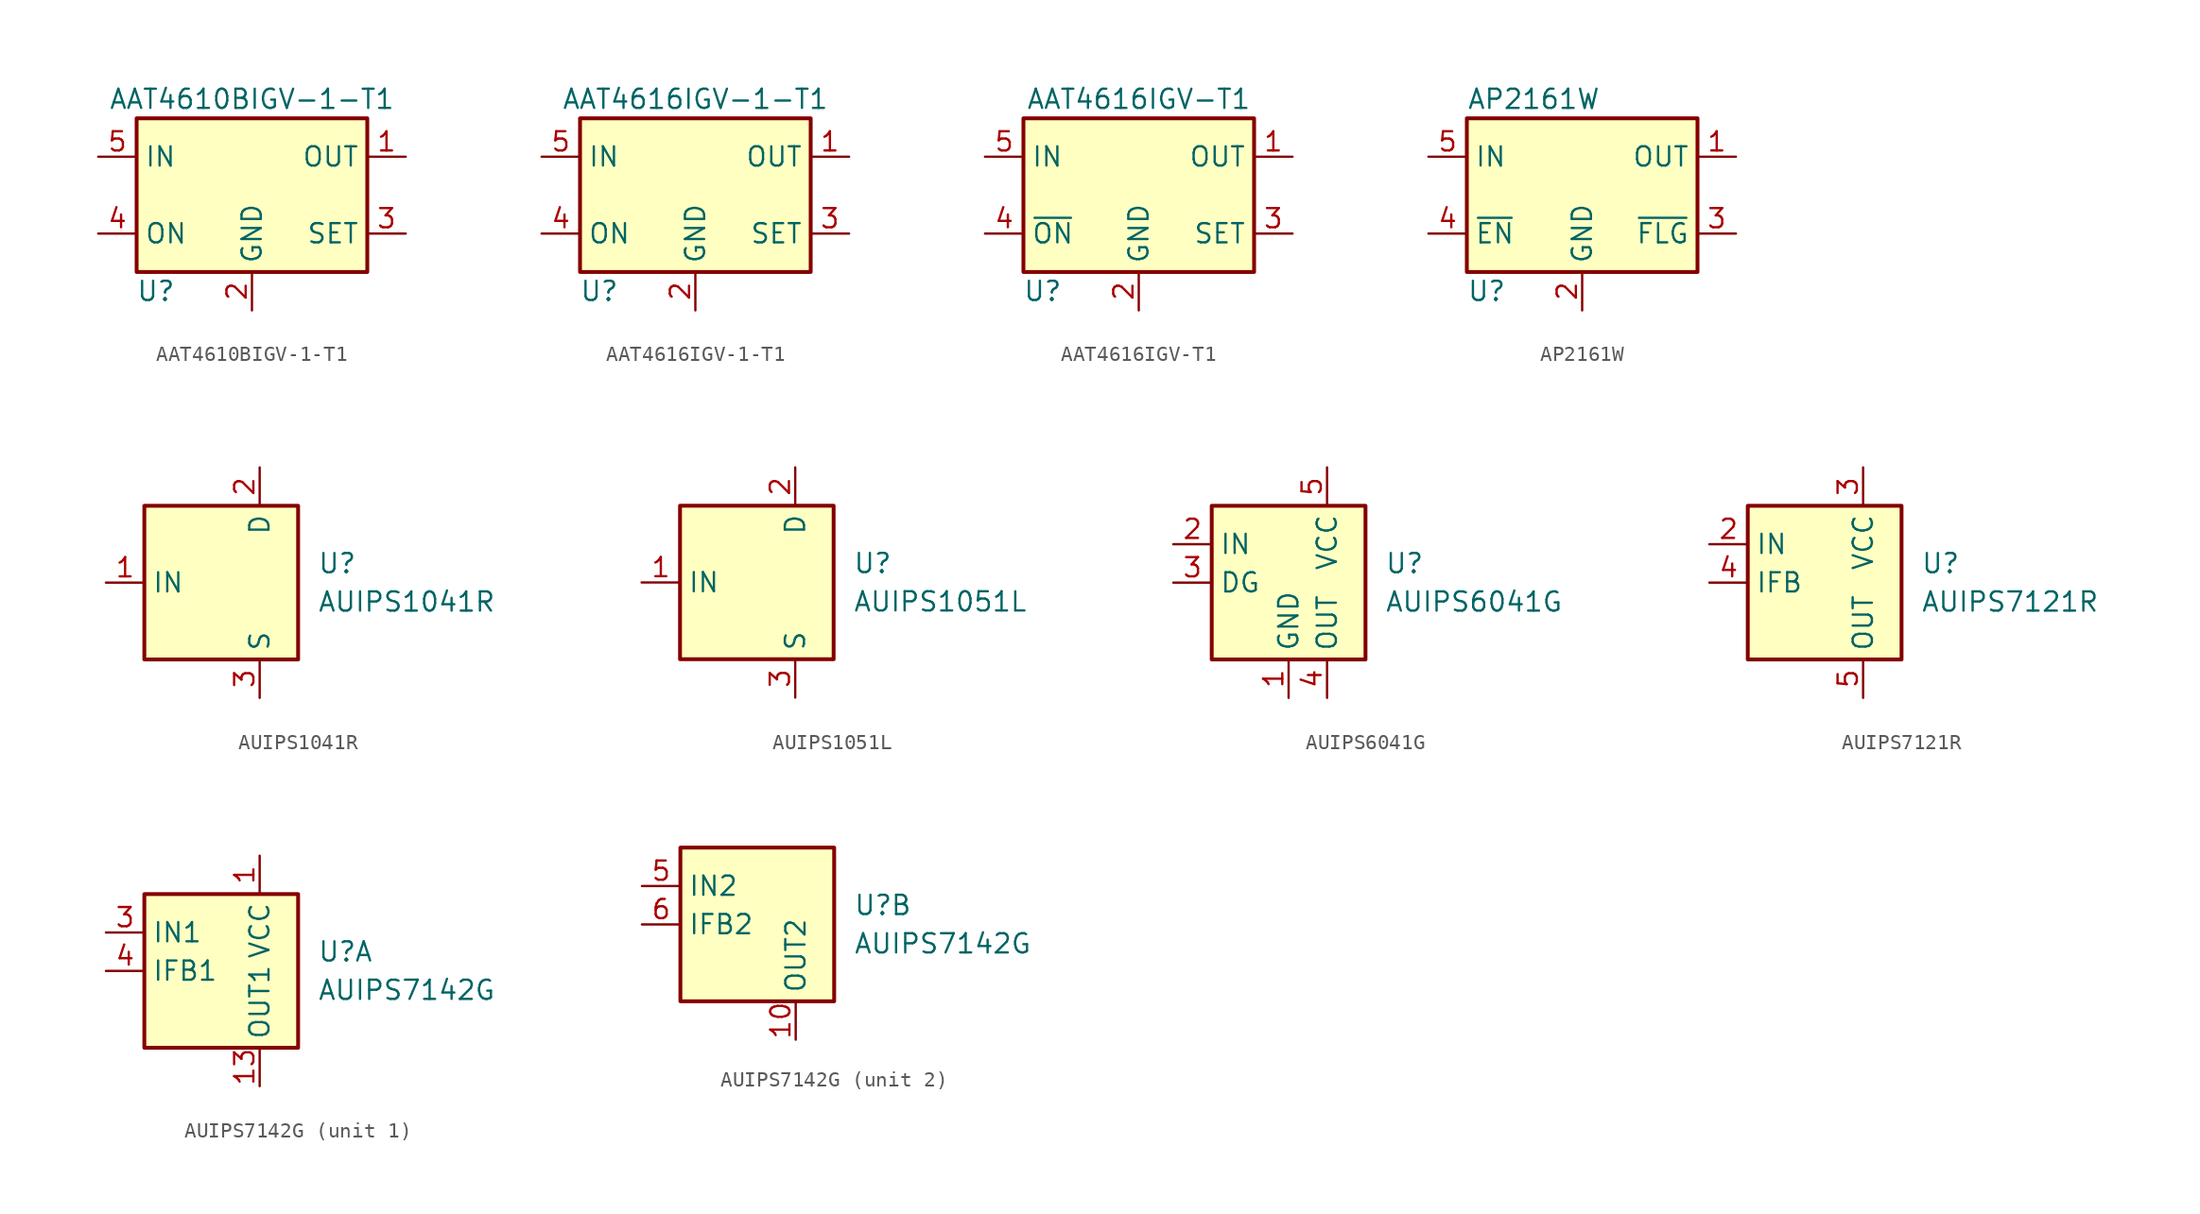
<source format=kicad_sym>
(kicad_symbol_lib
  (version 20231120)
  (generator "kicad_symbol_editor")
  (generator_version "8.0")
  (symbol "AAT4610BIGV-1-T1"
    (property "Reference" "U"
      (at -6.35 -6.35 0)
      (effects (font (size 1.27 1.27))))
    (property "Value" "AAT4610BIGV-1-T1"
      (at 0 6.35 0)
      (effects (font (size 1.27 1.27))))
    (symbol "AAT4610BIGV-1-T1_0_1"
      (rectangle (start -7.62 5.08) (end 7.62 -5.08) (stroke (width 0.254) (type default)) (fill (type background))))
    (symbol "AAT4610BIGV-1-T1_1_1"
      (pin power_out line (at 10.16 2.54 180) (length 2.54) (name "OUT" (effects (font (size 1.27 1.27)))) (number "1" (effects (font (size 1.27 1.27)))))
      (pin power_in line (at 0 -7.62 90) (length 2.54) (name "GND" (effects (font (size 1.27 1.27)))) (number "2" (effects (font (size 1.27 1.27)))))
      (pin passive line (at 10.16 -2.54 180) (length 2.54) (name "SET" (effects (font (size 1.27 1.27)))) (number "3" (effects (font (size 1.27 1.27)))))
      (pin input line (at -10.16 -2.54 0) (length 2.54) (name "ON" (effects (font (size 1.27 1.27)))) (number "4" (effects (font (size 1.27 1.27)))))
      (pin power_in line (at -10.16 2.54 0) (length 2.54) (name "IN" (effects (font (size 1.27 1.27)))) (number "5" (effects (font (size 1.27 1.27)))))))
  (symbol "AAT4616IGV-1-T1"
    (property "Reference" "U"
      (at -6.35 -6.35 0)
      (effects (font (size 1.27 1.27))))
    (property "Value" "AAT4616IGV-1-T1"
      (at 0 6.35 0)
      (effects (font (size 1.27 1.27))))
    (symbol "AAT4616IGV-1-T1_0_1"
      (rectangle (start -7.62 5.08) (end 7.62 -5.08) (stroke (width 0.254) (type default)) (fill (type background))))
    (symbol "AAT4616IGV-1-T1_1_1"
      (pin power_out line (at 10.16 2.54 180) (length 2.54) (name "OUT" (effects (font (size 1.27 1.27)))) (number "1" (effects (font (size 1.27 1.27)))))
      (pin power_in line (at 0 -7.62 90) (length 2.54) (name "GND" (effects (font (size 1.27 1.27)))) (number "2" (effects (font (size 1.27 1.27)))))
      (pin passive line (at 10.16 -2.54 180) (length 2.54) (name "SET" (effects (font (size 1.27 1.27)))) (number "3" (effects (font (size 1.27 1.27)))))
      (pin input line (at -10.16 -2.54 0) (length 2.54) (name "ON" (effects (font (size 1.27 1.27)))) (number "4" (effects (font (size 1.27 1.27)))))
      (pin power_in line (at -10.16 2.54 0) (length 2.54) (name "IN" (effects (font (size 1.27 1.27)))) (number "5" (effects (font (size 1.27 1.27)))))))
  (symbol "AAT4616IGV-T1"
    (property "Reference" "U"
      (at -6.35 -6.35 0)
      (effects (font (size 1.27 1.27))))
    (property "Value" "AAT4616IGV-T1"
      (at 0 6.35 0)
      (effects (font (size 1.27 1.27))))
    (symbol "AAT4616IGV-T1_0_1"
      (rectangle (start -7.62 5.08) (end 7.62 -5.08) (stroke (width 0.254) (type default)) (fill (type background))))
    (symbol "AAT4616IGV-T1_1_1"
      (pin power_out line (at 10.16 2.54 180) (length 2.54) (name "OUT" (effects (font (size 1.27 1.27)))) (number "1" (effects (font (size 1.27 1.27)))))
      (pin power_in line (at 0 -7.62 90) (length 2.54) (name "GND" (effects (font (size 1.27 1.27)))) (number "2" (effects (font (size 1.27 1.27)))))
      (pin passive line (at 10.16 -2.54 180) (length 2.54) (name "SET" (effects (font (size 1.27 1.27)))) (number "3" (effects (font (size 1.27 1.27)))))
      (pin input line (at -10.16 -2.54 0) (length 2.54) (name "~{ON}" (effects (font (size 1.27 1.27)))) (number "4" (effects (font (size 1.27 1.27)))))
      (pin power_in line (at -10.16 2.54 0) (length 2.54) (name "IN" (effects (font (size 1.27 1.27)))) (number "5" (effects (font (size 1.27 1.27)))))))
  (symbol "AP2161W"
    (property "Reference" "U"
      (at -7.62 -6.35 0)
      (effects (font (size 1.27 1.27)) (justify left)))
    (property "Value" "AP2161W"
      (at -7.62 6.35 0)
      (effects (font (size 1.27 1.27)) (justify left)))
    (symbol "AP2161W_0_1"
      (rectangle (start -7.62 5.08) (end 7.62 -5.08) (stroke (width 0.254) (type default)) (fill (type background))))
    (symbol "AP2161W_1_1"
      (pin power_out line (at 10.16 2.54 180) (length 2.54) (name "OUT" (effects (font (size 1.27 1.27)))) (number "1" (effects (font (size 1.27 1.27)))))
      (pin power_in line (at 0 -7.62 90) (length 2.54) (name "GND" (effects (font (size 1.27 1.27)))) (number "2" (effects (font (size 1.27 1.27)))))
      (pin open_collector line (at 10.16 -2.54 180) (length 2.54) (name "~{FLG}" (effects (font (size 1.27 1.27)))) (number "3" (effects (font (size 1.27 1.27)))))
      (pin input line (at -10.16 -2.54 0) (length 2.54) (name "~{EN}" (effects (font (size 1.27 1.27)))) (number "4" (effects (font (size 1.27 1.27)))))
      (pin power_in line (at -10.16 2.54 0) (length 2.54) (name "IN" (effects (font (size 1.27 1.27)))) (number "5" (effects (font (size 1.27 1.27)))))))
  (symbol "AUIPS1041R"
    (property "Reference" "U"
      (at 3.81 1.27 0)
      (effects (font (size 1.27 1.27)) (justify left)))
    (property "Value" "AUIPS1041R"
      (at 3.81 -1.27 0)
      (effects (font (size 1.27 1.27)) (justify left)))
    (symbol "AUIPS1041R_0_1"
      (rectangle (start -7.62 5.08) (end 2.54 -5.08) (stroke (width 0.254) (type default)) (fill (type background))))
    (symbol "AUIPS1041R_1_1"
      (pin input line (at -10.16 0 0) (length 2.54) (name "IN" (effects (font (size 1.27 1.27)))) (number "1" (effects (font (size 1.27 1.27)))))
      (pin passive line (at 0 7.62 270) (length 2.54) (name "D" (effects (font (size 1.27 1.27)))) (number "2" (effects (font (size 1.27 1.27)))))
      (pin power_in line (at 0 -7.62 90) (length 2.54) (name "S" (effects (font (size 1.27 1.27)))) (number "3" (effects (font (size 1.27 1.27)))))))
  (symbol "AUIPS1051L"
    (property "Reference" "U"
      (at 3.81 1.27 0)
      (effects (font (size 1.27 1.27)) (justify left)))
    (property "Value" "AUIPS1051L"
      (at 3.81 -1.27 0)
      (effects (font (size 1.27 1.27)) (justify left)))
    (symbol "AUIPS1051L_0_1"
      (rectangle (start -7.62 5.08) (end 2.54 -5.08) (stroke (width 0.254) (type default)) (fill (type background))))
    (symbol "AUIPS1051L_1_1"
      (pin input line (at -10.16 0 0) (length 2.54) (name "IN" (effects (font (size 1.27 1.27)))) (number "1" (effects (font (size 1.27 1.27)))))
      (pin passive line (at 0 7.62 270) (length 2.54) (name "D" (effects (font (size 1.27 1.27)))) (number "2" (effects (font (size 1.27 1.27)))))
      (pin power_in line (at 0 -7.62 90) (length 2.54) (name "S" (effects (font (size 1.27 1.27)))) (number "3" (effects (font (size 1.27 1.27)))))))
  (symbol "AUIPS6041G"
    (property "Reference" "U"
      (at 3.81 1.27 0)
      (effects (font (size 1.27 1.27)) (justify left)))
    (property "Value" "AUIPS6041G"
      (at 3.81 -1.27 0)
      (effects (font (size 1.27 1.27)) (justify left)))
    (symbol "AUIPS6041G_0_1"
      (rectangle (start -7.62 5.08) (end 2.54 -5.08) (stroke (width 0.254) (type default)) (fill (type background))))
    (symbol "AUIPS6041G_1_1"
      (pin power_in line (at -2.54 -7.62 90) (length 2.54) (name "GND" (effects (font (size 1.27 1.27)))) (number "1" (effects (font (size 1.27 1.27)))))
      (pin input line (at -10.16 2.54 0) (length 2.54) (name "IN" (effects (font (size 1.27 1.27)))) (number "2" (effects (font (size 1.27 1.27)))))
      (pin open_collector line (at -10.16 0 0) (length 2.54) (name "DG" (effects (font (size 1.27 1.27)))) (number "3" (effects (font (size 1.27 1.27)))))
      (pin power_out line (at 0 -7.62 90) (length 2.54) (name "OUT" (effects (font (size 1.27 1.27)))) (number "4" (effects (font (size 1.27 1.27)))))
      (pin power_in line (at 0 7.62 270) (length 2.54) (name "VCC" (effects (font (size 1.27 1.27)))) (number "5" (effects (font (size 1.27 1.27)))))
      (pin passive line (at 0 7.62 270) (length 2.54) hide (name "VCC" (effects (font (size 1.27 1.27)))) (number "6" (effects (font (size 1.27 1.27)))))
      (pin passive line (at 0 7.62 270) (length 2.54) hide (name "VCC" (effects (font (size 1.27 1.27)))) (number "7" (effects (font (size 1.27 1.27)))))
      (pin passive line (at 0 7.62 270) (length 2.54) hide (name "VCC" (effects (font (size 1.27 1.27)))) (number "8" (effects (font (size 1.27 1.27)))))))
  (symbol "AUIPS7121R"
    (property "Reference" "U"
      (at 3.81 1.27 0)
      (effects (font (size 1.27 1.27)) (justify left)))
    (property "Value" "AUIPS7121R"
      (at 3.81 -1.27 0)
      (effects (font (size 1.27 1.27)) (justify left)))
    (symbol "AUIPS7121R_0_1"
      (rectangle (start -7.62 5.08) (end 2.54 -5.08) (stroke (width 0.254) (type default)) (fill (type background))))
    (symbol "AUIPS7121R_1_1"
      (pin no_connect line (at -7.62 -2.54 0) (length 2.54) hide (name "NC" (effects (font (size 1.27 1.27)))) (number "1" (effects (font (size 1.27 1.27)))))
      (pin input line (at -10.16 2.54 0) (length 2.54) (name "IN" (effects (font (size 1.27 1.27)))) (number "2" (effects (font (size 1.27 1.27)))))
      (pin power_in line (at 0 7.62 270) (length 2.54) (name "VCC" (effects (font (size 1.27 1.27)))) (number "3" (effects (font (size 1.27 1.27)))))
      (pin output line (at -10.16 0 0) (length 2.54) (name "IFB" (effects (font (size 1.27 1.27)))) (number "4" (effects (font (size 1.27 1.27)))))
      (pin power_out line (at 0 -7.62 90) (length 2.54) (name "OUT" (effects (font (size 1.27 1.27)))) (number "5" (effects (font (size 1.27 1.27)))))))
  (symbol "AUIPS7142G"
    (property "Reference" "U"
      (at 3.81 1.27 0)
      (effects (font (size 1.27 1.27)) (justify left)))
    (property "Value" "AUIPS7142G"
      (at 3.81 -1.27 0)
      (effects (font (size 1.27 1.27)) (justify left)))
    (symbol "AUIPS7142G_0_1"
      (rectangle (start -7.62 5.08) (end 2.54 -5.08) (stroke (width 0.254) (type default)) (fill (type background))))
    (symbol "AUIPS7142G_1_1"
      (pin power_in line (at 0 7.62 270) (length 2.54) (name "VCC" (effects (font (size 1.27 1.27)))) (number "1" (effects (font (size 1.27 1.27)))))
      (pin power_out line (at 0 -7.62 90) (length 2.54) (name "OUT1" (effects (font (size 1.27 1.27)))) (number "13" (effects (font (size 1.27 1.27)))))
      (pin passive line (at 0 -7.62 90) (length 2.54) hide (name "OUT1" (effects (font (size 1.27 1.27)))) (number "14" (effects (font (size 1.27 1.27)))))
      (pin passive line (at 0 -7.62 90) (length 2.54) hide (name "OUT1" (effects (font (size 1.27 1.27)))) (number "15" (effects (font (size 1.27 1.27)))))
      (pin passive line (at 0 7.62 270) (length 2.54) hide (name "VCC" (effects (font (size 1.27 1.27)))) (number "16" (effects (font (size 1.27 1.27)))))
      (pin passive line (at 0 7.62 270) (length 2.54) hide (name "VCC" (effects (font (size 1.27 1.27)))) (number "2" (effects (font (size 1.27 1.27)))))
      (pin input line (at -10.16 2.54 0) (length 2.54) (name "IN1" (effects (font (size 1.27 1.27)))) (number "3" (effects (font (size 1.27 1.27)))))
      (pin output line (at -10.16 0 0) (length 2.54) (name "IFB1" (effects (font (size 1.27 1.27)))) (number "4" (effects (font (size 1.27 1.27)))))
      (pin passive line (at 0 7.62 270) (length 2.54) hide (name "VCC" (effects (font (size 1.27 1.27)))) (number "7" (effects (font (size 1.27 1.27)))))
      (pin passive line (at 0 7.62 270) (length 2.54) hide (name "VCC" (effects (font (size 1.27 1.27)))) (number "8" (effects (font (size 1.27 1.27)))))
      (pin passive line (at 0 7.62 270) (length 2.54) hide (name "VCC" (effects (font (size 1.27 1.27)))) (number "9" (effects (font (size 1.27 1.27))))))
    (symbol "AUIPS7142G_2_1"
      (pin power_out line (at 0 -7.62 90) (length 2.54) (name "OUT2" (effects (font (size 1.27 1.27)))) (number "10" (effects (font (size 1.27 1.27)))))
      (pin passive line (at 0 -7.62 90) (length 2.54) hide (name "OUT2" (effects (font (size 1.27 1.27)))) (number "11" (effects (font (size 1.27 1.27)))))
      (pin passive line (at 0 -7.62 90) (length 2.54) hide (name "OUT2" (effects (font (size 1.27 1.27)))) (number "12" (effects (font (size 1.27 1.27)))))
      (pin input line (at -10.16 2.54 0) (length 2.54) (name "IN2" (effects (font (size 1.27 1.27)))) (number "5" (effects (font (size 1.27 1.27)))))
      (pin output line (at -10.16 0 0) (length 2.54) (name "IFB2" (effects (font (size 1.27 1.27)))) (number "6" (effects (font (size 1.27 1.27))))))))
</source>
